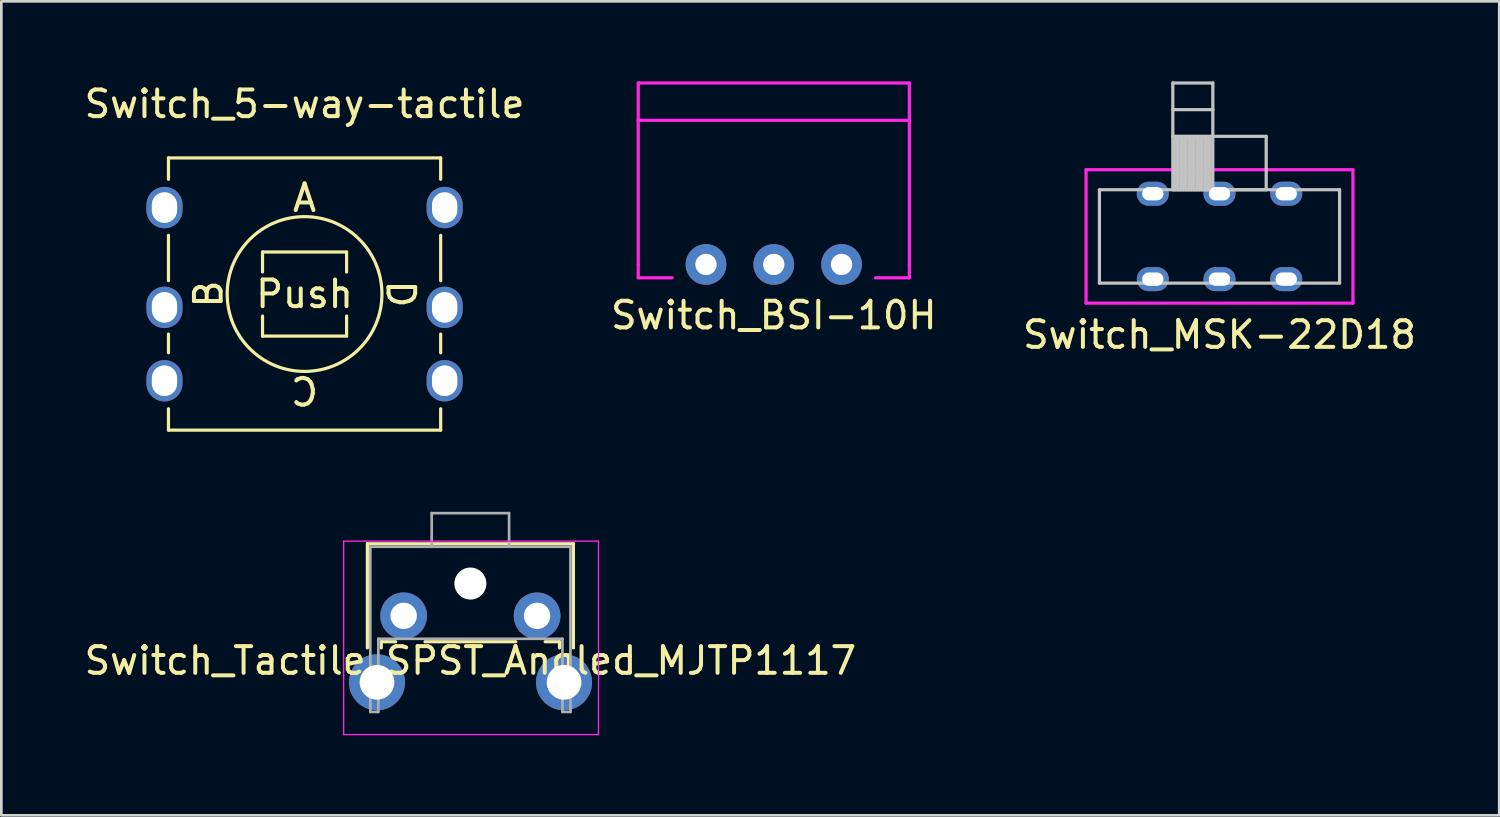
<source format=kicad_pcb>
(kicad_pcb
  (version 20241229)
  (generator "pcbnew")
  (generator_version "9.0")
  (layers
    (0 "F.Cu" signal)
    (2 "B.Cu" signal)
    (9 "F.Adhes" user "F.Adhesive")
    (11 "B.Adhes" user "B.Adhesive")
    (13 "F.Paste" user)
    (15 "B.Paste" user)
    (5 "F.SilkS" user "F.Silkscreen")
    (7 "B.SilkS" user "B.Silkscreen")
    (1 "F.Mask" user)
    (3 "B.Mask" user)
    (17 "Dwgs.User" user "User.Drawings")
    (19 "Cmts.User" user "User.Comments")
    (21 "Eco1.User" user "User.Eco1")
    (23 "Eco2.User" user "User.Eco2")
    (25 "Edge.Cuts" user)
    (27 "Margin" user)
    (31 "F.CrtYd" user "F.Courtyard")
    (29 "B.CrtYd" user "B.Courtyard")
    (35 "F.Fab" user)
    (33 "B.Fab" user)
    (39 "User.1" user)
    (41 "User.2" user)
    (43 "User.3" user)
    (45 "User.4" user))
  (footprint "Switch_Tactile_SPST_Angled_MJTP1117"
    (layer "F.Cu")
    (at 14.577 20.028)
    (property "Reference" "Switch_Tactile_SPST_Angled_MJTP1117" (at 0 1.68 0) (layer "F.SilkS") (effects (font (size 1 1) (thickness 0.15))))
    (attr through_hole)
    (fp_line (start -3.86 -2.7) (end -3.86 1.2) (stroke (width 0.12) (type solid)) (layer "F.SilkS"))
    (fp_line (start -3.86 -2.7) (end 3.86 -2.7) (stroke (width 0.12) (type solid)) (layer "F.SilkS"))
    (fp_line (start -3.34 0.97) (end -3.34 1.2) (stroke (width 0.12) (type solid)) (layer "F.SilkS"))
    (fp_line (start -3.34 0.97) (end -2.8 0.97) (stroke (width 0.12) (type solid)) (layer "F.SilkS"))
    (fp_line (start -1.7 0.97) (end 1.7 0.97) (stroke (width 0.12) (type solid)) (layer "F.SilkS"))
    (fp_line (start 2.8 0.97) (end 3.34 0.97) (stroke (width 0.12) (type solid)) (layer "F.SilkS"))
    (fp_line (start 3.34 0.97) (end 3.34 1.2) (stroke (width 0.12) (type solid)) (layer "F.SilkS"))
    (fp_line (start 3.86 -2.7) (end 3.86 1.2) (stroke (width 0.12) (type solid)) (layer "F.SilkS"))
    (fp_line (start -4.75 -2.8) (end 4.8 -2.8) (stroke (width 0.05) (type solid)) (layer "F.CrtYd"))
    (fp_line (start -4.75 4.45) (end -4.75 -2.8) (stroke (width 0.05) (type solid)) (layer "F.CrtYd"))
    (fp_line (start 4.8 -2.8) (end 4.8 4.45) (stroke (width 0.05) (type solid)) (layer "F.CrtYd"))
    (fp_line (start 4.8 4.45) (end -4.75 4.45) (stroke (width 0.05) (type solid)) (layer "F.CrtYd"))
    (fp_line (start -3.75 -2.59) (end 3.75 -2.59) (stroke (width 0.1) (type solid)) (layer "F.Fab"))
    (fp_line (start -3.75 3.6) (end -3.75 -2.59) (stroke (width 0.1) (type solid)) (layer "F.Fab"))
    (fp_line (start -3.75 3.6) (end -3.45 3.6) (stroke (width 0.1) (type solid)) (layer "F.Fab"))
    (fp_line (start -3.45 0.86) (end 3.45 0.86) (stroke (width 0.1) (type solid)) (layer "F.Fab"))
    (fp_line (start -3.45 3.6) (end -3.45 0.86) (stroke (width 0.1) (type solid)) (layer "F.Fab"))
    (fp_line (start -1.45 -3.85) (end -1.45 -2.59) (stroke (width 0.1) (type solid)) (layer "F.Fab"))
    (fp_line (start -1.45 -3.85) (end 1.45 -3.85) (stroke (width 0.1) (type solid)) (layer "F.Fab"))
    (fp_line (start 1.45 -3.85) (end 1.45 -2.59) (stroke (width 0.1) (type solid)) (layer "F.Fab"))
    (fp_line (start 3.45 3.6) (end 3.45 0.86) (stroke (width 0.1) (type solid)) (layer "F.Fab"))
    (fp_line (start 3.45 3.6) (end 3.75 3.6) (stroke (width 0.1) (type solid)) (layer "F.Fab"))
    (fp_line (start 3.75 3.6) (end 3.75 -2.59) (stroke (width 0.1) (type solid)) (layer "F.Fab"))
    (pad "" thru_hole circle (at -3.5 2.49) (size 2.1 2.1) (drill 1.3) (layers "*.Cu" "*.Mask"))
    (pad "" np_thru_hole circle (at 0 -1.21) (size 1.2 1.2) (drill 1.2) (layers "*.Cu" "*.Mask"))
    (pad "" thru_hole circle (at 3.51 2.49) (size 2.1 2.1) (drill 1.3) (layers "*.Cu" "*.Mask"))
    (pad "1" thru_hole circle (at -2.5 0) (size 1.75 1.75) (drill 0.99) (layers "*.Cu" "*.Mask"))
    (pad "2" thru_hole circle (at 2.5 0) (size 1.75 1.75) (drill 0.99) (layers "*.Cu" "*.Mask")))
  (footprint "Switch_BSI-10H"
    (layer "F.Cu")
    (at 25.946 6.86)
    (property "Reference" "Switch_BSI-10H" (at 0 1.905 0) (layer "F.SilkS") (effects (font (size 1 1) (thickness 0.15))))
    (attr through_hole)
    (fp_line (start -5.08 -5.4) (end -5.08 -6.8) (stroke (width 0.12) (type solid)) (layer "F.CrtYd"))
    (fp_line (start -5.08 0) (end -5.08 -5.4) (stroke (width 0.12) (type solid)) (layer "F.CrtYd"))
    (fp_line (start -5.08 0) (end -5.08 0.5) (stroke (width 0.12) (type solid)) (layer "F.CrtYd"))
    (fp_line (start -3.81 0.5) (end -5.08 0.5) (stroke (width 0.12) (type solid)) (layer "F.CrtYd"))
    (fp_line (start 5.08 -6.8) (end -5.08 -6.8) (stroke (width 0.12) (type solid)) (layer "F.CrtYd"))
    (fp_line (start 5.08 -5.4) (end -5.08 -5.4) (stroke (width 0.12) (type solid)) (layer "F.CrtYd"))
    (fp_line (start 5.08 -5.4) (end 5.08 -6.8) (stroke (width 0.12) (type solid)) (layer "F.CrtYd"))
    (fp_line (start 5.08 0) (end 5.08 -5.4) (stroke (width 0.12) (type solid)) (layer "F.CrtYd"))
    (fp_line (start 5.08 0) (end 5.08 0.5) (stroke (width 0.12) (type solid)) (layer "F.CrtYd"))
    (fp_line (start 5.08 0.5) (end 3.81 0.5) (stroke (width 0.12) (type solid)) (layer "F.CrtYd"))
    (pad "1" thru_hole circle (at 0 0) (size 1.524 1.524) (drill 0.8) (layers "*.Cu" "*.Mask"))
    (pad "2" thru_hole circle (at 2.54 0) (size 1.524 1.524) (drill 0.8) (layers "*.Cu" "*.Mask"))
    (pad "3" thru_hole circle (at -2.54 0) (size 1.524 1.524) (drill 0.8) (layers "*.Cu" "*.Mask")))
  (footprint "Switch_MSK-22D18"
    (layer "F.Cu")
    (at 42.649 5.81)
    (property "Reference" "Switch_MSK-22D18" (at 0 3.683 0) (layer "F.SilkS") (effects (font (size 1 1) (thickness 0.15))))
    (attr through_hole)
    (fp_line (start -4.5 -1.75) (end -4.5 1.75) (stroke (width 0.12) (type solid)) (layer "Dwgs.User"))
    (fp_line (start -4.5 1.75) (end 4.5 1.75) (stroke (width 0.12) (type solid)) (layer "Dwgs.User"))
    (fp_line (start -1.75 -5.75) (end -0.25 -5.75) (stroke (width 0.12) (type solid)) (layer "Dwgs.User"))
    (fp_line (start -1.75 -4.75) (end -1.75 -5.75) (stroke (width 0.12) (type solid)) (layer "Dwgs.User"))
    (fp_line (start -1.75 -4.75) (end -0.25 -4.75) (stroke (width 0.12) (type solid)) (layer "Dwgs.User"))
    (fp_line (start -1.75 -3.75) (end -1.75 -4.75) (stroke (width 0.12) (type solid)) (layer "Dwgs.User"))
    (fp_line (start -1.75 -3.75) (end -1.75 -1.75) (stroke (width 0.12) (type solid)) (layer "Dwgs.User"))
    (fp_line (start -1.75 -1.75) (end 1.75 -1.75) (stroke (width 0.12) (type solid)) (layer "Dwgs.User"))
    (fp_line (start -1.65 -3.75) (end -1.65 -1.75) (stroke (width 0.12) (type solid)) (layer "Dwgs.User"))
    (fp_line (start -1.55 -3.75) (end -1.55 -1.75) (stroke (width 0.12) (type solid)) (layer "Dwgs.User"))
    (fp_line (start -1.45 -3.75) (end -1.45 -1.75) (stroke (width 0.12) (type solid)) (layer "Dwgs.User"))
    (fp_line (start -1.35 -3.75) (end -1.35 -1.75) (stroke (width 0.12) (type solid)) (layer "Dwgs.User"))
    (fp_line (start -1.25 -3.75) (end -1.25 -1.75) (stroke (width 0.12) (type solid)) (layer "Dwgs.User"))
    (fp_line (start -1.15 -3.75) (end -1.15 -1.75) (stroke (width 0.12) (type solid)) (layer "Dwgs.User"))
    (fp_line (start -1.05 -3.75) (end -1.05 -1.75) (stroke (width 0.12) (type solid)) (layer "Dwgs.User"))
    (fp_line (start -0.95 -3.75) (end -0.95 -1.75) (stroke (width 0.12) (type solid)) (layer "Dwgs.User"))
    (fp_line (start -0.85 -3.75) (end -0.85 -1.75) (stroke (width 0.12) (type solid)) (layer "Dwgs.User"))
    (fp_line (start -0.75 -3.75) (end -0.75 -1.75) (stroke (width 0.12) (type solid)) (layer "Dwgs.User"))
    (fp_line (start -0.65 -3.75) (end -0.65 -1.75) (stroke (width 0.12) (type solid)) (layer "Dwgs.User"))
    (fp_line (start -0.55 -3.75) (end -0.55 -1.75) (stroke (width 0.12) (type solid)) (layer "Dwgs.User"))
    (fp_line (start -0.45 -3.75) (end -0.45 -1.75) (stroke (width 0.12) (type solid)) (layer "Dwgs.User"))
    (fp_line (start -0.35 -3.75) (end -0.35 -1.75) (stroke (width 0.12) (type solid)) (layer "Dwgs.User"))
    (fp_line (start -0.25 -4.75) (end -0.25 -5.75) (stroke (width 0.12) (type solid)) (layer "Dwgs.User"))
    (fp_line (start -0.25 -3.75) (end -0.25 -4.75) (stroke (width 0.12) (type solid)) (layer "Dwgs.User"))
    (fp_line (start -0.25 -3.75) (end -0.25 -1.75) (stroke (width 0.12) (type solid)) (layer "Dwgs.User"))
    (fp_line (start 1.75 -3.75) (end -1.75 -3.75) (stroke (width 0.12) (type solid)) (layer "Dwgs.User"))
    (fp_line (start 1.75 -3.75) (end 1.75 -1.75) (stroke (width 0.12) (type solid)) (layer "Dwgs.User"))
    (fp_line (start 4.5 -1.75) (end -4.5 -1.75) (stroke (width 0.12) (type solid)) (layer "Dwgs.User"))
    (fp_line (start 4.5 -1.75) (end 4.5 1.75) (stroke (width 0.12) (type solid)) (layer "Dwgs.User"))
    (fp_line (start -5 -2.5) (end 5 -2.5) (stroke (width 0.12) (type solid)) (layer "F.CrtYd"))
    (fp_line (start -5 2.5) (end -5 -2.5) (stroke (width 0.12) (type solid)) (layer "F.CrtYd"))
    (fp_line (start 5 -2.5) (end 5 2.5) (stroke (width 0.12) (type solid)) (layer "F.CrtYd"))
    (fp_line (start 5 2.5) (end -5 2.5) (stroke (width 0.12) (type solid)) (layer "F.CrtYd"))
    (pad "1" thru_hole oval (at -2.5 -1.6) (size 1.2 0.9) (drill oval 0.8 0.5) (layers "*.Cu" "*.Mask"))
    (pad "2" thru_hole oval (at 0 -1.6) (size 1.2 0.9) (drill oval 0.8 0.5) (layers "*.Cu" "*.Mask"))
    (pad "3" thru_hole oval (at 2.5 -1.6) (size 1.2 0.9) (drill oval 0.8 0.5) (layers "*.Cu" "*.Mask"))
    (pad "4" thru_hole oval (at -2.5 1.6 180) (size 1.2 0.9) (drill oval 0.8 0.5) (layers "*.Cu" "*.Mask"))
    (pad "5" thru_hole oval (at 0 1.6 180) (size 1.2 0.9) (drill oval 0.8 0.5) (layers "*.Cu" "*.Mask"))
    (pad "6" thru_hole oval (at 2.5 1.6 180) (size 1.2 0.9) (drill oval 0.8 0.5) (layers "*.Cu" "*.Mask")))
  (footprint "Switch_5-way-tactile"
    (layer "F.Cu")
    (at 8.363 7.968)
    (property "Reference" "Switch_5-way-tactile" (at 0 -7.12 0) (layer "F.SilkS") (effects (font (size 1 1) (thickness 0.15))))
    (attr through_hole)
    (fp_line (start -5.1 -5.1) (end 5.1 -5.1) (stroke (width 0.12) (type solid)) (layer "F.SilkS"))
    (fp_line (start -5.1 -4.3) (end -5.1 -5.1) (stroke (width 0.12) (type solid)) (layer "F.SilkS"))
    (fp_line (start -5.1 -2.2) (end -5.1 -0.5) (stroke (width 0.12) (type solid)) (layer "F.SilkS"))
    (fp_line (start -5.1 1.5) (end -5.1 2.2) (stroke (width 0.12) (type solid)) (layer "F.SilkS"))
    (fp_line (start -5.1 4.3) (end -5.1 5.1) (stroke (width 0.12) (type solid)) (layer "F.SilkS"))
    (fp_line (start -1.575 -1.575) (end -1.575 -0.825) (stroke (width 0.12) (type solid)) (layer "F.SilkS"))
    (fp_line (start -1.575 -1.575) (end 1.575 -1.575) (stroke (width 0.12) (type solid)) (layer "F.SilkS"))
    (fp_line (start -1.575 0.825) (end -1.575 1.575) (stroke (width 0.12) (type solid)) (layer "F.SilkS"))
    (fp_line (start 1.575 -1.575) (end 1.575 -0.825) (stroke (width 0.12) (type solid)) (layer "F.SilkS"))
    (fp_line (start 1.575 0.825) (end 1.575 1.575) (stroke (width 0.12) (type solid)) (layer "F.SilkS"))
    (fp_line (start 1.575 1.575) (end -1.575 1.575) (stroke (width 0.12) (type solid)) (layer "F.SilkS"))
    (fp_line (start 5.1 -4.3) (end 5.1 -5.1) (stroke (width 0.12) (type solid)) (layer "F.SilkS"))
    (fp_line (start 5.1 -2.2) (end 5.1 -0.5) (stroke (width 0.12) (type solid)) (layer "F.SilkS"))
    (fp_line (start 5.1 1.5) (end 5.1 2.2) (stroke (width 0.12) (type solid)) (layer "F.SilkS"))
    (fp_line (start 5.1 4.3) (end 5.1 5.1) (stroke (width 0.12) (type solid)) (layer "F.SilkS"))
    (fp_line (start 5.1 5.1) (end -5.1 5.1) (stroke (width 0.12) (type solid)) (layer "F.SilkS"))
    (fp_circle (center 0 0) (end -2.9 0) (stroke (width 0.12) (type solid)) (fill no) (layer "F.SilkS"))
    (fp_text user "C" (at 0 3.6 180) (unlocked yes) (layer "F.SilkS") (effects (font (size 1 1) (thickness 0.15))))
    (fp_text user "A" (at 0 -3.6 0) (unlocked yes) (layer "F.SilkS") (effects (font (size 1 1) (thickness 0.15))))
    (fp_text user "D" (at 3.6 0 270) (unlocked yes) (layer "F.SilkS") (effects (font (size 1 1) (thickness 0.15))))
    (fp_text user "Push" (at 0 0 180) (layer "F.SilkS") (effects (font (size 1 1) (thickness 0.15))))
    (fp_text user "B" (at -3.6 0 90) (unlocked yes) (layer "F.SilkS") (effects (font (size 1 1) (thickness 0.15))))
    (pad "1" thru_hole oval (at -5.25 -3.24 180) (size 1.35 1.55) (drill oval 0.95 1.15) (layers "*.Cu" "*.Mask"))
    (pad "2" thru_hole oval (at -5.25 0.5 180) (size 1.35 1.55) (drill oval 0.95 1.15) (layers "*.Cu" "*.Mask"))
    (pad "3" thru_hole oval (at -5.25 3.25 180) (size 1.35 1.55) (drill oval 0.95 1.15) (layers "*.Cu" "*.Mask"))
    (pad "4" thru_hole oval (at 5.25 3.25 180) (size 1.35 1.55) (drill oval 0.95 1.15) (layers "*.Cu" "*.Mask"))
    (pad "5" thru_hole oval (at 5.25 0.5 180) (size 1.35 1.55) (drill oval 0.95 1.15) (layers "*.Cu" "*.Mask"))
    (pad "6" thru_hole oval (at 5.25 -3.24 180) (size 1.35 1.55) (drill oval 0.95 1.15) (layers "*.Cu" "*.Mask")))
  (gr_rect
    (start -3 -3)
    (end 53.131 27.503)
    (stroke (width 0.1) (type default))
    (fill no)
    (layer "Edge.Cuts")))
</source>
